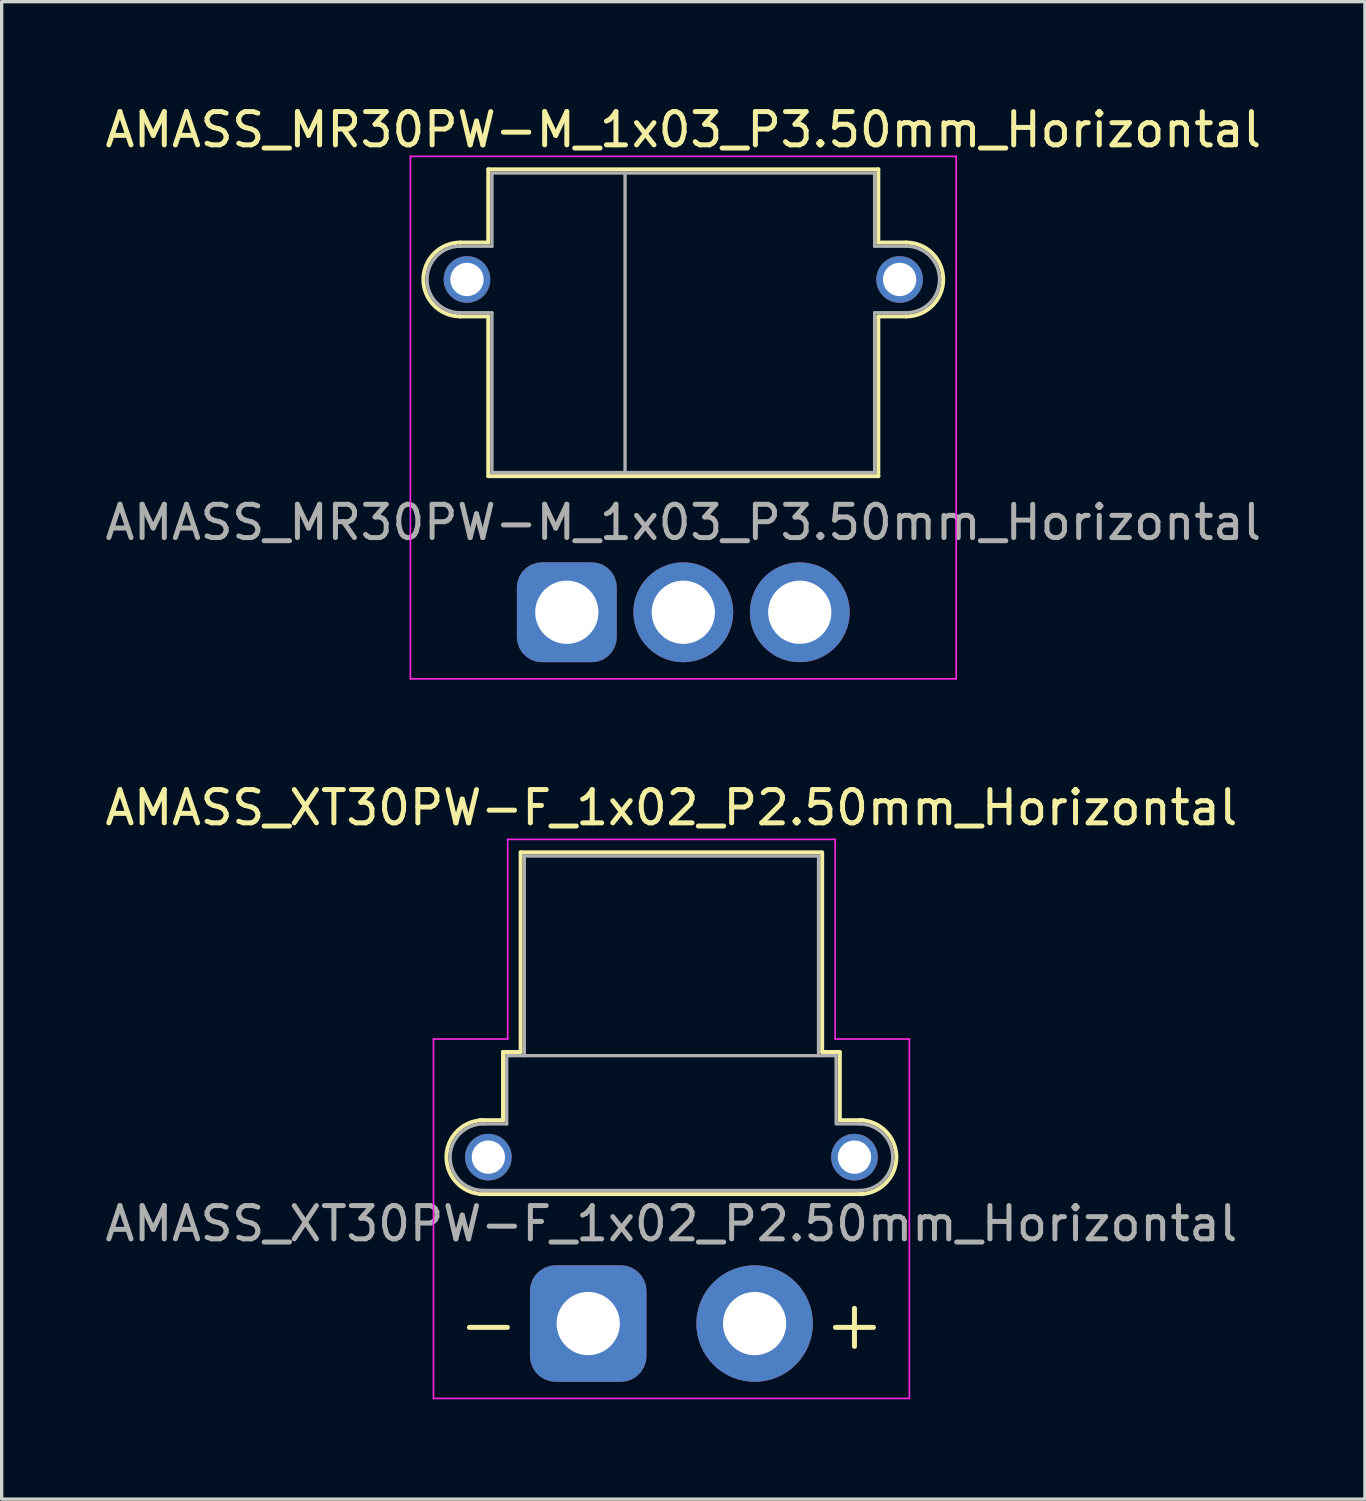
<source format=kicad_pcb>
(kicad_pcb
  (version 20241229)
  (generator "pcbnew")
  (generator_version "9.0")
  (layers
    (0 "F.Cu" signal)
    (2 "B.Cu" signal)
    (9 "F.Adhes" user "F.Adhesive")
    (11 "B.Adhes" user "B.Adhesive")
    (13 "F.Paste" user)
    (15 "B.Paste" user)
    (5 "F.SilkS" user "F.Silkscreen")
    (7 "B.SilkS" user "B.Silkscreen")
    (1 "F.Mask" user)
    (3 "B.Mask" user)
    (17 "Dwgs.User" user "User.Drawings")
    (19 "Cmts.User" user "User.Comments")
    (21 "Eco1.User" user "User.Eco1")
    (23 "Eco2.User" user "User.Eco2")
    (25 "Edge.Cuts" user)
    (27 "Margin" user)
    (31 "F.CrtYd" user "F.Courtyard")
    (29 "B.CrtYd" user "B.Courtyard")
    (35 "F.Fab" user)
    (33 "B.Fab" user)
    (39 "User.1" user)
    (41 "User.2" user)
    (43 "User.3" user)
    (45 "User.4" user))
  (footprint "AMASS_MR30PW-M_1x03_P3.50mm_Horizontal"
    (layer "F.Cu")
    (at 13.982 15.348)
    (property "Reference" "AMASS_MR30PW-M_1x03_P3.50mm_Horizontal" (at 3.5 -14.5 0) (layer "F.SilkS") (effects (font (size 1 1) (thickness 0.15))))
    (attr through_hole)
    (fp_line (start -3.2 -11.11) (end -2.36 -11.11) (stroke (width 0.12) (type solid)) (layer "F.SilkS"))
    (fp_line (start -3.2 -8.89) (end -2.36 -8.89) (stroke (width 0.12) (type solid)) (layer "F.SilkS"))
    (fp_line (start -2.36 -13.31) (end -2.36 -11.11) (stroke (width 0.12) (type solid)) (layer "F.SilkS"))
    (fp_line (start -2.36 -13.31) (end 9.36 -13.31) (stroke (width 0.12) (type solid)) (layer "F.SilkS"))
    (fp_line (start -2.36 -8.89) (end -2.36 -4.09) (stroke (width 0.12) (type solid)) (layer "F.SilkS"))
    (fp_line (start -2.36 -4.09) (end 9.36 -4.09) (stroke (width 0.12) (type solid)) (layer "F.SilkS"))
    (fp_line (start 9.36 -13.31) (end 9.36 -11.11) (stroke (width 0.12) (type solid)) (layer "F.SilkS"))
    (fp_line (start 9.36 -11.11) (end 10.2 -11.11) (stroke (width 0.12) (type solid)) (layer "F.SilkS"))
    (fp_line (start 9.36 -8.89) (end 9.36 -4.09) (stroke (width 0.12) (type solid)) (layer "F.SilkS"))
    (fp_line (start 9.36 -8.89) (end 10.2 -8.89) (stroke (width 0.12) (type solid)) (layer "F.SilkS"))
    (fp_arc (start -3.2 -8.89) (mid -4.31 -10) (end -3.2 -11.11) (stroke (width 0.12) (type solid)) (layer "F.SilkS"))
    (fp_arc (start 10.2 -11.11) (mid 11.31 -10) (end 10.2 -8.89) (stroke (width 0.12) (type solid)) (layer "F.SilkS"))
    (fp_line (start -4.7 -13.7) (end -4.7 2) (stroke (width 0.05) (type solid)) (layer "F.CrtYd"))
    (fp_line (start -4.7 -13.7) (end 11.7 -13.7) (stroke (width 0.05) (type solid)) (layer "F.CrtYd"))
    (fp_line (start -4.7 2) (end 11.7 2) (stroke (width 0.05) (type solid)) (layer "F.CrtYd"))
    (fp_line (start 11.7 -13.7) (end 11.7 2) (stroke (width 0.05) (type solid)) (layer "F.CrtYd"))
    (fp_line (start -3.2 -11) (end -2.25 -11) (stroke (width 0.1) (type solid)) (layer "F.Fab"))
    (fp_line (start -3.2 -9) (end -2.25 -9) (stroke (width 0.1) (type solid)) (layer "F.Fab"))
    (fp_line (start -2.25 -13.2) (end -2.25 -11) (stroke (width 0.1) (type solid)) (layer "F.Fab"))
    (fp_line (start -2.25 -13.2) (end 9.25 -13.2) (stroke (width 0.1) (type solid)) (layer "F.Fab"))
    (fp_line (start -2.25 -9) (end -2.25 -4.2) (stroke (width 0.1) (type solid)) (layer "F.Fab"))
    (fp_line (start -2.25 -4.2) (end 9.25 -4.2) (stroke (width 0.1) (type solid)) (layer "F.Fab"))
    (fp_line (start 1.75 -13.2) (end 1.75 -4.2) (stroke (width 0.1) (type solid)) (layer "F.Fab"))
    (fp_line (start 9.25 -13.2) (end 9.25 -11) (stroke (width 0.1) (type solid)) (layer "F.Fab"))
    (fp_line (start 9.25 -11) (end 10.2 -11) (stroke (width 0.1) (type solid)) (layer "F.Fab"))
    (fp_line (start 9.25 -9) (end 9.25 -4.2) (stroke (width 0.1) (type solid)) (layer "F.Fab"))
    (fp_line (start 9.25 -9) (end 10.2 -9) (stroke (width 0.1) (type solid)) (layer "F.Fab"))
    (fp_arc (start -3.2 -9) (mid -4.2 -10) (end -3.2 -11) (stroke (width 0.1) (type solid)) (layer "F.Fab"))
    (fp_arc (start 10.2 -11) (mid 11.2 -10) (end 10.2 -9) (stroke (width 0.1) (type solid)) (layer "F.Fab"))
    (fp_text user "${REFERENCE}" (at 3.5 -2.7 0) (layer "F.Fab") (effects (font (size 1 1) (thickness 0.15))))
    (pad "" thru_hole circle (at -3 -10) (size 1.4 1.4) (drill 1) (layers "*.Cu" "*.Mask"))
    (pad "" thru_hole circle (at 10 -10) (size 1.4 1.4) (drill 1) (layers "*.Cu" "*.Mask"))
    (pad "1" thru_hole roundrect (at 0 0) (size 3 3) (drill 1.9) (layers "*.Cu" "*.Mask") (roundrect_rratio 0.25))
    (pad "2" thru_hole circle (at 3.5 0) (size 3 3) (drill 1.9) (layers "*.Cu" "*.Mask"))
    (pad "3" thru_hole circle (at 7 0) (size 3 3) (drill 1.9) (layers "*.Cu" "*.Mask")))
  (footprint "AMASS_XT30PW-F_1x02_P2.50mm_Horizontal"
    (layer "F.Cu")
    (at 14.625 36.721)
    (property "Reference" "AMASS_XT30PW-F_1x02_P2.50mm_Horizontal" (at 2.5 -15.5 0) (layer "F.SilkS") (effects (font (size 1 1) (thickness 0.15))))
    (attr through_hole)
    (fp_line (start -3.26 -6.11) (end -2.56 -6.11) (stroke (width 0.12) (type solid)) (layer "F.SilkS"))
    (fp_line (start -3.26 -3.89) (end 8.26 -3.89) (stroke (width 0.12) (type solid)) (layer "F.SilkS"))
    (fp_line (start -2.56 -8.16) (end -2.56 -6.11) (stroke (width 0.12) (type solid)) (layer "F.SilkS"))
    (fp_line (start -2.56 -8.16) (end -2.03 -8.16) (stroke (width 0.12) (type solid)) (layer "F.SilkS"))
    (fp_line (start -2.03 -14.16) (end -2.03 -8.16) (stroke (width 0.12) (type solid)) (layer "F.SilkS"))
    (fp_line (start -2.03 -14.16) (end 7 -14.16) (stroke (width 0.12) (type solid)) (layer "F.SilkS"))
    (fp_line (start 7.03 -14.16) (end 7.03 -8.16) (stroke (width 0.12) (type solid)) (layer "F.SilkS"))
    (fp_line (start 7.03 -8.16) (end 7.56 -8.16) (stroke (width 0.12) (type solid)) (layer "F.SilkS"))
    (fp_line (start 7.56 -8.16) (end 7.56 -6.11) (stroke (width 0.12) (type solid)) (layer "F.SilkS"))
    (fp_line (start 7.56 -6.11) (end 8.26 -6.11) (stroke (width 0.12) (type solid)) (layer "F.SilkS"))
    (fp_arc (start -3.321729 -3.903365) (mid -4.256653 -5.086124) (end -3.15 -6.11) (stroke (width 0.12) (type solid)) (layer "F.SilkS"))
    (fp_arc (start 8.15 -6.11) (mid 9.26 -5) (end 8.15 -3.89) (stroke (width 0.12) (type solid)) (layer "F.SilkS"))
    (fp_line (start -4.65 -8.55) (end -4.65 2.25) (stroke (width 0.05) (type solid)) (layer "F.CrtYd"))
    (fp_line (start -4.65 -8.55) (end -2.42 -8.55) (stroke (width 0.05) (type solid)) (layer "F.CrtYd"))
    (fp_line (start -4.65 2.25) (end 9.65 2.25) (stroke (width 0.05) (type solid)) (layer "F.CrtYd"))
    (fp_line (start -2.42 -14.55) (end -2.42 -8.55) (stroke (width 0.05) (type solid)) (layer "F.CrtYd"))
    (fp_line (start -2.42 -14.55) (end 7.42 -14.55) (stroke (width 0.05) (type solid)) (layer "F.CrtYd"))
    (fp_line (start 7.42 -14.55) (end 7.42 -8.55) (stroke (width 0.05) (type solid)) (layer "F.CrtYd"))
    (fp_line (start 7.42 -8.55) (end 9.65 -8.55) (stroke (width 0.05) (type solid)) (layer "F.CrtYd"))
    (fp_line (start 9.65 -8.55) (end 9.65 2.25) (stroke (width 0.05) (type solid)) (layer "F.CrtYd"))
    (fp_line (start -3.15 -6) (end -2.45 -6) (stroke (width 0.1) (type solid)) (layer "F.Fab"))
    (fp_line (start -3.15 -4) (end 8.15 -4) (stroke (width 0.1) (type solid)) (layer "F.Fab"))
    (fp_line (start -2.45 -8.05) (end -2.45 -6) (stroke (width 0.1) (type solid)) (layer "F.Fab"))
    (fp_line (start -2.45 -8.05) (end 7.45 -8.05) (stroke (width 0.1) (type solid)) (layer "F.Fab"))
    (fp_line (start -1.92 -14.05) (end -1.92 -8.05) (stroke (width 0.1) (type solid)) (layer "F.Fab"))
    (fp_line (start -1.92 -14.05) (end 6.92 -14.05) (stroke (width 0.1) (type solid)) (layer "F.Fab"))
    (fp_line (start 6.92 -14.05) (end 6.92 -8.05) (stroke (width 0.1) (type solid)) (layer "F.Fab"))
    (fp_line (start 7.45 -8.05) (end 7.45 -6.05) (stroke (width 0.1) (type solid)) (layer "F.Fab"))
    (fp_line (start 7.45 -6) (end 8.15 -6) (stroke (width 0.1) (type solid)) (layer "F.Fab"))
    (fp_arc (start -3.15 -4) (mid -4.15 -5) (end -3.15 -6) (stroke (width 0.1) (type solid)) (layer "F.Fab"))
    (fp_arc (start 8.15 -6) (mid 9.15 -5) (end 8.15 -4) (stroke (width 0.1) (type solid)) (layer "F.Fab"))
    (fp_text user "+" (at 8 0 0) (layer "F.SilkS") (effects (font (size 1.5 1.5) (thickness 0.15))))
    (fp_text user "-" (at -3 0 0) (layer "F.SilkS") (effects (font (size 1.5 1.5) (thickness 0.15))))
    (fp_text user "${REFERENCE}" (at 2.5 -3 0) (layer "F.Fab") (effects (font (size 1 1) (thickness 0.15))))
    (pad "" thru_hole circle (at -3 -5 90) (size 1.4 1.4) (drill 1) (layers "*.Cu" "*.Mask"))
    (pad "" thru_hole circle (at 8 -5) (size 1.4 1.4) (drill 1) (layers "*.Cu" "*.Mask"))
    (pad "1" thru_hole roundrect (at 0 0) (size 3.5 3.5) (drill 1.9) (layers "*.Cu" "*.Mask") (roundrect_rratio 0.22))
    (pad "2" thru_hole circle (at 5 0) (size 3.5 3.5) (drill 1.9) (layers "*.Cu" "*.Mask")))
  (gr_rect
    (start -3 -3)
    (end 37.964 41.996)
    (stroke (width 0.1) (type default))
    (fill no)
    (layer "Edge.Cuts")))
</source>
